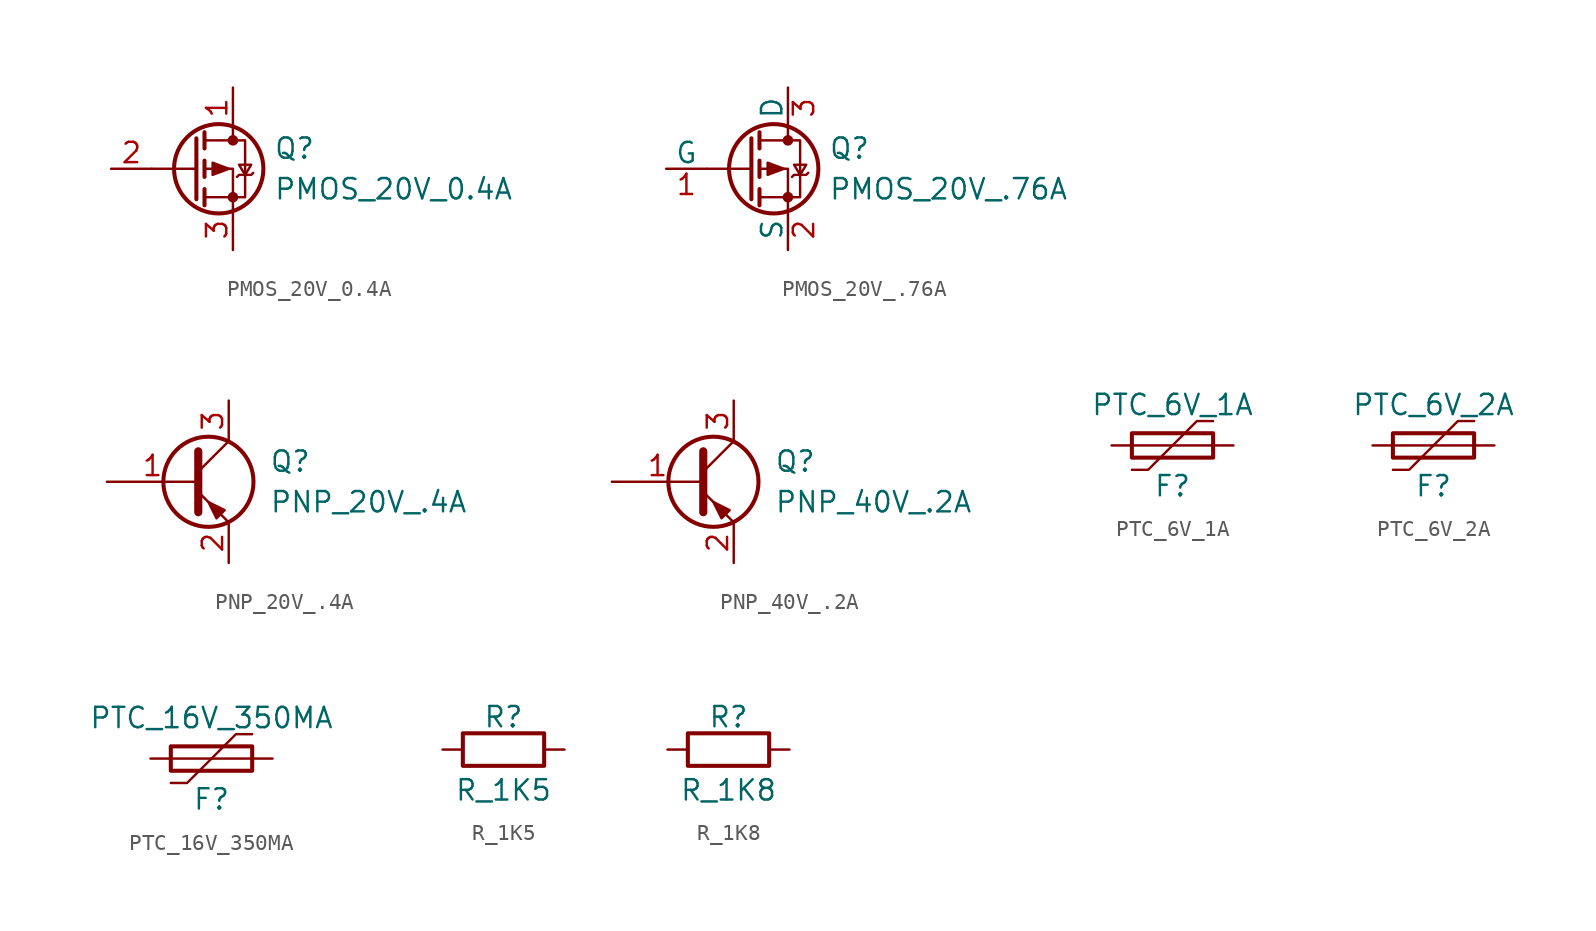
<source format=kicad_sym>
(kicad_symbol_lib
  (version 20211014)
  (generator kicad_symbol_editor)
  (symbol "PMOS_20V_0.4A"
    (pin_names
      (offset 0) hide)
    (property "Reference" "Q"
      (at 5.08 1.27 0)
      (effects (font (size 1.27 1.27)) (justify left)))
    (property "Value" "PMOS_20V_0.4A"
      (at 5.08 -1.27 0)
      (effects (font (size 1.27 1.27)) (justify left)))
    (symbol "PMOS_20V_0.4A_0_1"
      (polyline (pts (xy 0.254 0) (xy -2.54 0)) (stroke (width 0) (type default) (color 0 0 0 0)) (fill (type none)))
      (polyline (pts (xy 0.254 1.905) (xy 0.254 -1.905)) (stroke (width 0.254) (type default) (color 0 0 0 0)) (fill (type none)))
      (polyline (pts (xy 0.762 -1.27) (xy 0.762 -2.286)) (stroke (width 0.254) (type default) (color 0 0 0 0)) (fill (type none)))
      (polyline (pts (xy 0.762 0.508) (xy 0.762 -0.508)) (stroke (width 0.254) (type default) (color 0 0 0 0)) (fill (type none)))
      (polyline (pts (xy 0.762 2.286) (xy 0.762 1.27)) (stroke (width 0.254) (type default) (color 0 0 0 0)) (fill (type none)))
      (polyline (pts (xy 2.54 2.54) (xy 2.54 1.778)) (stroke (width 0) (type default) (color 0 0 0 0)) (fill (type none)))
      (polyline (pts (xy 2.54 -2.54) (xy 2.54 0) (xy 0.762 0)) (stroke (width 0) (type default) (color 0 0 0 0)) (fill (type none)))
      (polyline (pts (xy 0.762 1.778) (xy 3.302 1.778) (xy 3.302 -1.778) (xy 0.762 -1.778)) (stroke (width 0) (type default) (color 0 0 0 0)) (fill (type none)))
      (polyline (pts (xy 2.286 0) (xy 1.27 0.381) (xy 1.27 -0.381) (xy 2.286 0)) (stroke (width 0) (type default) (color 0 0 0 0)) (fill (type outline)))
      (polyline (pts (xy 2.794 -0.508) (xy 2.921 -0.381) (xy 3.683 -0.381) (xy 3.81 -0.254)) (stroke (width 0) (type default) (color 0 0 0 0)) (fill (type none)))
      (polyline (pts (xy 3.302 -0.381) (xy 2.921 0.254) (xy 3.683 0.254) (xy 3.302 -0.381)) (stroke (width 0) (type default) (color 0 0 0 0)) (fill (type none)))
      (circle (center 1.651 0) (radius 2.794) (stroke (width 0.254) (type default) (color 0 0 0 0)) (fill (type none)))
      (circle (center 2.54 -1.778) (radius 0.254) (stroke (width 0) (type default) (color 0 0 0 0)) (fill (type outline)))
      (circle (center 2.54 1.778) (radius 0.254) (stroke (width 0) (type default) (color 0 0 0 0)) (fill (type outline))))
    (symbol "PMOS_20V_0.4A_1_1"
      (pin passive line (at 2.54 5.08 270) (length 2.54) (name "D" (effects (font (size 1.27 1.27)))) (number "1" (effects (font (size 1.27 1.27)))))
      (pin input line (at -5.08 0 0) (length 2.54) (name "G" (effects (font (size 1.27 1.27)))) (number "2" (effects (font (size 1.27 1.27)))))
      (pin passive line (at 2.54 -5.08 90) (length 2.54) (name "S" (effects (font (size 1.27 1.27)))) (number "3" (effects (font (size 1.27 1.27)))))))
  (symbol "PMOS_20V_.76A"
    (pin_names
      (offset 0))
    (property "Reference" "Q"
      (at 5.08 1.27 0)
      (effects (font (size 1.27 1.27)) (justify left)))
    (property "Value" "PMOS_20V_.76A"
      (at 5.08 -1.27 0)
      (effects (font (size 1.27 1.27)) (justify left)))
    (symbol "PMOS_20V_.76A_0_1"
      (polyline (pts (xy 0.254 0) (xy -2.54 0)) (stroke (width 0) (type default) (color 0 0 0 0)) (fill (type none)))
      (polyline (pts (xy 0.254 1.905) (xy 0.254 -1.905)) (stroke (width 0.254) (type default) (color 0 0 0 0)) (fill (type none)))
      (polyline (pts (xy 0.762 -1.27) (xy 0.762 -2.286)) (stroke (width 0.254) (type default) (color 0 0 0 0)) (fill (type none)))
      (polyline (pts (xy 0.762 0.508) (xy 0.762 -0.508)) (stroke (width 0.254) (type default) (color 0 0 0 0)) (fill (type none)))
      (polyline (pts (xy 0.762 2.286) (xy 0.762 1.27)) (stroke (width 0.254) (type default) (color 0 0 0 0)) (fill (type none)))
      (polyline (pts (xy 2.54 2.54) (xy 2.54 1.778)) (stroke (width 0) (type default) (color 0 0 0 0)) (fill (type none)))
      (polyline (pts (xy 2.54 -2.54) (xy 2.54 0) (xy 0.762 0)) (stroke (width 0) (type default) (color 0 0 0 0)) (fill (type none)))
      (polyline (pts (xy 0.762 1.778) (xy 3.302 1.778) (xy 3.302 -1.778) (xy 0.762 -1.778)) (stroke (width 0) (type default) (color 0 0 0 0)) (fill (type none)))
      (polyline (pts (xy 2.286 0) (xy 1.27 0.381) (xy 1.27 -0.381) (xy 2.286 0)) (stroke (width 0) (type default) (color 0 0 0 0)) (fill (type outline)))
      (polyline (pts (xy 2.794 -0.508) (xy 2.921 -0.381) (xy 3.683 -0.381) (xy 3.81 -0.254)) (stroke (width 0) (type default) (color 0 0 0 0)) (fill (type none)))
      (polyline (pts (xy 3.302 -0.381) (xy 2.921 0.254) (xy 3.683 0.254) (xy 3.302 -0.381)) (stroke (width 0) (type default) (color 0 0 0 0)) (fill (type none)))
      (circle (center 1.651 0) (radius 2.794) (stroke (width 0.254) (type default) (color 0 0 0 0)) (fill (type none)))
      (circle (center 2.54 -1.778) (radius 0.254) (stroke (width 0) (type default) (color 0 0 0 0)) (fill (type outline)))
      (circle (center 2.54 1.778) (radius 0.254) (stroke (width 0) (type default) (color 0 0 0 0)) (fill (type outline))))
    (symbol "PMOS_20V_.76A_1_1"
      (pin passive line (at -5.08 0 0) (length 2.54) (name "G" (effects (font (size 1.27 1.27)))) (number "1" (effects (font (size 1.27 1.27)))))
      (pin passive line (at 2.54 -5.08 90) (length 2.54) (name "S" (effects (font (size 1.27 1.27)))) (number "2" (effects (font (size 1.27 1.27)))))
      (pin input line (at 2.54 5.08 270) (length 2.54) (name "D" (effects (font (size 1.27 1.27)))) (number "3" (effects (font (size 1.27 1.27)))))))
  (symbol "PNP_20V_.4A"
    (pin_names
      (offset 0) hide)
    (property "Reference" "Q"
      (at 5.08 1.27 0)
      (effects (font (size 1.27 1.27)) (justify left)))
    (property "Value" "PNP_20V_.4A"
      (at 5.08 -1.27 0)
      (effects (font (size 1.27 1.27)) (justify left)))
    (symbol "PNP_20V_.4A_0_1"
      (polyline (pts (xy 0.635 0.635) (xy 2.54 2.54)) (stroke (width 0) (type default) (color 0 0 0 0)) (fill (type none)))
      (polyline (pts (xy 0.635 -0.635) (xy 2.54 -2.54) (xy 2.54 -2.54)) (stroke (width 0) (type default) (color 0 0 0 0)) (fill (type none)))
      (polyline (pts (xy 0.635 1.905) (xy 0.635 -1.905) (xy 0.635 -1.905)) (stroke (width 0.508) (type default) (color 0 0 0 0)) (fill (type none)))
      (polyline (pts (xy 2.286 -1.778) (xy 1.778 -2.286) (xy 1.27 -1.27) (xy 2.286 -1.778) (xy 2.286 -1.778)) (stroke (width 0) (type default) (color 0 0 0 0)) (fill (type outline)))
      (circle (center 1.27 0) (radius 2.819) (stroke (width 0.254) (type default) (color 0 0 0 0)) (fill (type none))))
    (symbol "PNP_20V_.4A_1_1"
      (pin input line (at -5.08 0 0) (length 5.715) (name "B" (effects (font (size 1.27 1.27)))) (number "1" (effects (font (size 1.27 1.27)))))
      (pin passive line (at 2.54 -5.08 90) (length 2.54) (name "E" (effects (font (size 1.27 1.27)))) (number "2" (effects (font (size 1.27 1.27)))))
      (pin passive line (at 2.54 5.08 270) (length 2.54) (name "C" (effects (font (size 1.27 1.27)))) (number "3" (effects (font (size 1.27 1.27)))))))
  (symbol "PNP_40V_.2A"
    (pin_names
      (offset 0) hide)
    (property "Reference" "Q"
      (at 5.08 1.27 0)
      (effects (font (size 1.27 1.27)) (justify left)))
    (property "Value" "PNP_40V_.2A"
      (at 5.08 -1.27 0)
      (effects (font (size 1.27 1.27)) (justify left)))
    (symbol "PNP_40V_.2A_0_1"
      (polyline (pts (xy 0.635 0.635) (xy 2.54 2.54)) (stroke (width 0) (type default) (color 0 0 0 0)) (fill (type none)))
      (polyline (pts (xy 0.635 -0.635) (xy 2.54 -2.54) (xy 2.54 -2.54)) (stroke (width 0) (type default) (color 0 0 0 0)) (fill (type none)))
      (polyline (pts (xy 0.635 1.905) (xy 0.635 -1.905) (xy 0.635 -1.905)) (stroke (width 0.508) (type default) (color 0 0 0 0)) (fill (type none)))
      (polyline (pts (xy 2.286 -1.778) (xy 1.778 -2.286) (xy 1.27 -1.27) (xy 2.286 -1.778) (xy 2.286 -1.778)) (stroke (width 0) (type default) (color 0 0 0 0)) (fill (type outline)))
      (circle (center 1.27 0) (radius 2.819) (stroke (width 0.254) (type default) (color 0 0 0 0)) (fill (type none))))
    (symbol "PNP_40V_.2A_1_1"
      (pin input line (at -5.08 0 0) (length 5.715) (name "B" (effects (font (size 1.27 1.27)))) (number "1" (effects (font (size 1.27 1.27)))))
      (pin passive line (at 2.54 -5.08 90) (length 2.54) (name "E" (effects (font (size 1.27 1.27)))) (number "2" (effects (font (size 1.27 1.27)))))
      (pin passive line (at 2.54 5.08 270) (length 2.54) (name "C" (effects (font (size 1.27 1.27)))) (number "3" (effects (font (size 1.27 1.27)))))))
  (symbol "PTC_6V_1A"
    (pin_numbers hide)
    (pin_names
      (offset 0))
    (property "Reference" "F"
      (at 0 -2.54 0)
      (effects (font (size 1.27 1.27))))
    (property "Value" "PTC_6V_1A"
      (at 0 2.54 0)
      (effects (font (size 1.27 1.27))))
    (symbol "PTC_6V_1A_0_1"
      (rectangle (start -2.54 -0.762) (end 2.54 0.762) (stroke (width 0.254) (type default) (color 0 0 0 0)) (fill (type none)))
      (polyline (pts (xy -2.54 0) (xy 2.54 0)) (stroke (width 0) (type default) (color 0 0 0 0)) (fill (type none)))
      (polyline (pts (xy -2.54 -1.524) (xy -1.524 -1.524) (xy 1.524 1.524) (xy 2.54 1.524)) (stroke (width 0) (type default) (color 0 0 0 0)) (fill (type none))))
    (symbol "PTC_6V_1A_1_1"
      (pin passive line (at -3.81 0 0) (length 1.27) (name "~" (effects (font (size 1.27 1.27)))) (number "1" (effects (font (size 1.27 1.27)))))
      (pin passive line (at 3.81 0 180) (length 1.27) (name "~" (effects (font (size 1.27 1.27)))) (number "2" (effects (font (size 1.27 1.27)))))))
  (symbol "PTC_6V_2A"
    (pin_numbers hide)
    (pin_names
      (offset 0))
    (property "Reference" "F"
      (at 0 -2.54 0)
      (effects (font (size 1.27 1.27))))
    (property "Value" "PTC_6V_2A"
      (at 0 2.54 0)
      (effects (font (size 1.27 1.27))))
    (symbol "PTC_6V_2A_0_1"
      (rectangle (start -2.54 -0.762) (end 2.54 0.762) (stroke (width 0.254) (type default) (color 0 0 0 0)) (fill (type none)))
      (polyline (pts (xy -2.54 0) (xy 2.54 0)) (stroke (width 0) (type default) (color 0 0 0 0)) (fill (type none)))
      (polyline (pts (xy -2.54 -1.524) (xy -1.524 -1.524) (xy 1.524 1.524) (xy 2.54 1.524)) (stroke (width 0) (type default) (color 0 0 0 0)) (fill (type none))))
    (symbol "PTC_6V_2A_1_1"
      (pin passive line (at -3.81 0 0) (length 1.27) (name "~" (effects (font (size 1.27 1.27)))) (number "1" (effects (font (size 1.27 1.27)))))
      (pin passive line (at 3.81 0 180) (length 1.27) (name "~" (effects (font (size 1.27 1.27)))) (number "2" (effects (font (size 1.27 1.27)))))))
  (symbol "PTC_16V_350MA"
    (pin_numbers hide)
    (pin_names
      (offset 0))
    (property "Reference" "F"
      (at 0 -2.54 0)
      (effects (font (size 1.27 1.27))))
    (property "Value" "PTC_16V_350MA"
      (at 0 2.54 0)
      (effects (font (size 1.27 1.27))))
    (symbol "PTC_16V_350MA_0_1"
      (rectangle (start -2.54 -0.762) (end 2.54 0.762) (stroke (width 0.254) (type default) (color 0 0 0 0)) (fill (type none)))
      (polyline (pts (xy -2.54 0) (xy 2.54 0)) (stroke (width 0) (type default) (color 0 0 0 0)) (fill (type none)))
      (polyline (pts (xy -2.54 -1.524) (xy -1.524 -1.524) (xy 1.524 1.524) (xy 2.54 1.524)) (stroke (width 0) (type default) (color 0 0 0 0)) (fill (type none))))
    (symbol "PTC_16V_350MA_1_1"
      (pin passive line (at -3.81 0 0) (length 1.27) (name "~" (effects (font (size 1.27 1.27)))) (number "1" (effects (font (size 1.27 1.27)))))
      (pin passive line (at 3.81 0 180) (length 1.27) (name "~" (effects (font (size 1.27 1.27)))) (number "2" (effects (font (size 1.27 1.27)))))))
  (symbol "R_1K5"
    (pin_numbers hide)
    (pin_names
      (offset 0))
    (property "Reference" "R"
      (at 0 2.032 0)
      (effects (font (size 1.27 1.27))))
    (property "Value" "R_1K5"
      (at 0 -2.54 0)
      (effects (font (size 1.27 1.27))))
    (symbol "R_1K5_0_1"
      (rectangle (start 2.54 -1.016) (end -2.54 1.016) (stroke (width 0.254) (type default) (color 0 0 0 0)) (fill (type none))))
    (symbol "R_1K5_1_1"
      (pin passive line (at -3.81 0 0) (length 1.27) (name "~" (effects (font (size 1.27 1.27)))) (number "1" (effects (font (size 1.27 1.27)))))
      (pin passive line (at 3.81 0 180) (length 1.27) (name "~" (effects (font (size 1.27 1.27)))) (number "2" (effects (font (size 1.27 1.27)))))))
  (symbol "R_1K8"
    (pin_numbers hide)
    (pin_names
      (offset 0))
    (property "Reference" "R"
      (at 0 2.032 0)
      (effects (font (size 1.27 1.27))))
    (property "Value" "R_1K8"
      (at 0 -2.54 0)
      (effects (font (size 1.27 1.27))))
    (symbol "R_1K8_0_1"
      (rectangle (start 2.54 -1.016) (end -2.54 1.016) (stroke (width 0.254) (type default) (color 0 0 0 0)) (fill (type none))))
    (symbol "R_1K8_1_1"
      (pin passive line (at -3.81 0 0) (length 1.27) (name "~" (effects (font (size 1.27 1.27)))) (number "1" (effects (font (size 1.27 1.27)))))
      (pin passive line (at 3.81 0 180) (length 1.27) (name "~" (effects (font (size 1.27 1.27)))) (number "2" (effects (font (size 1.27 1.27))))))))
</source>
